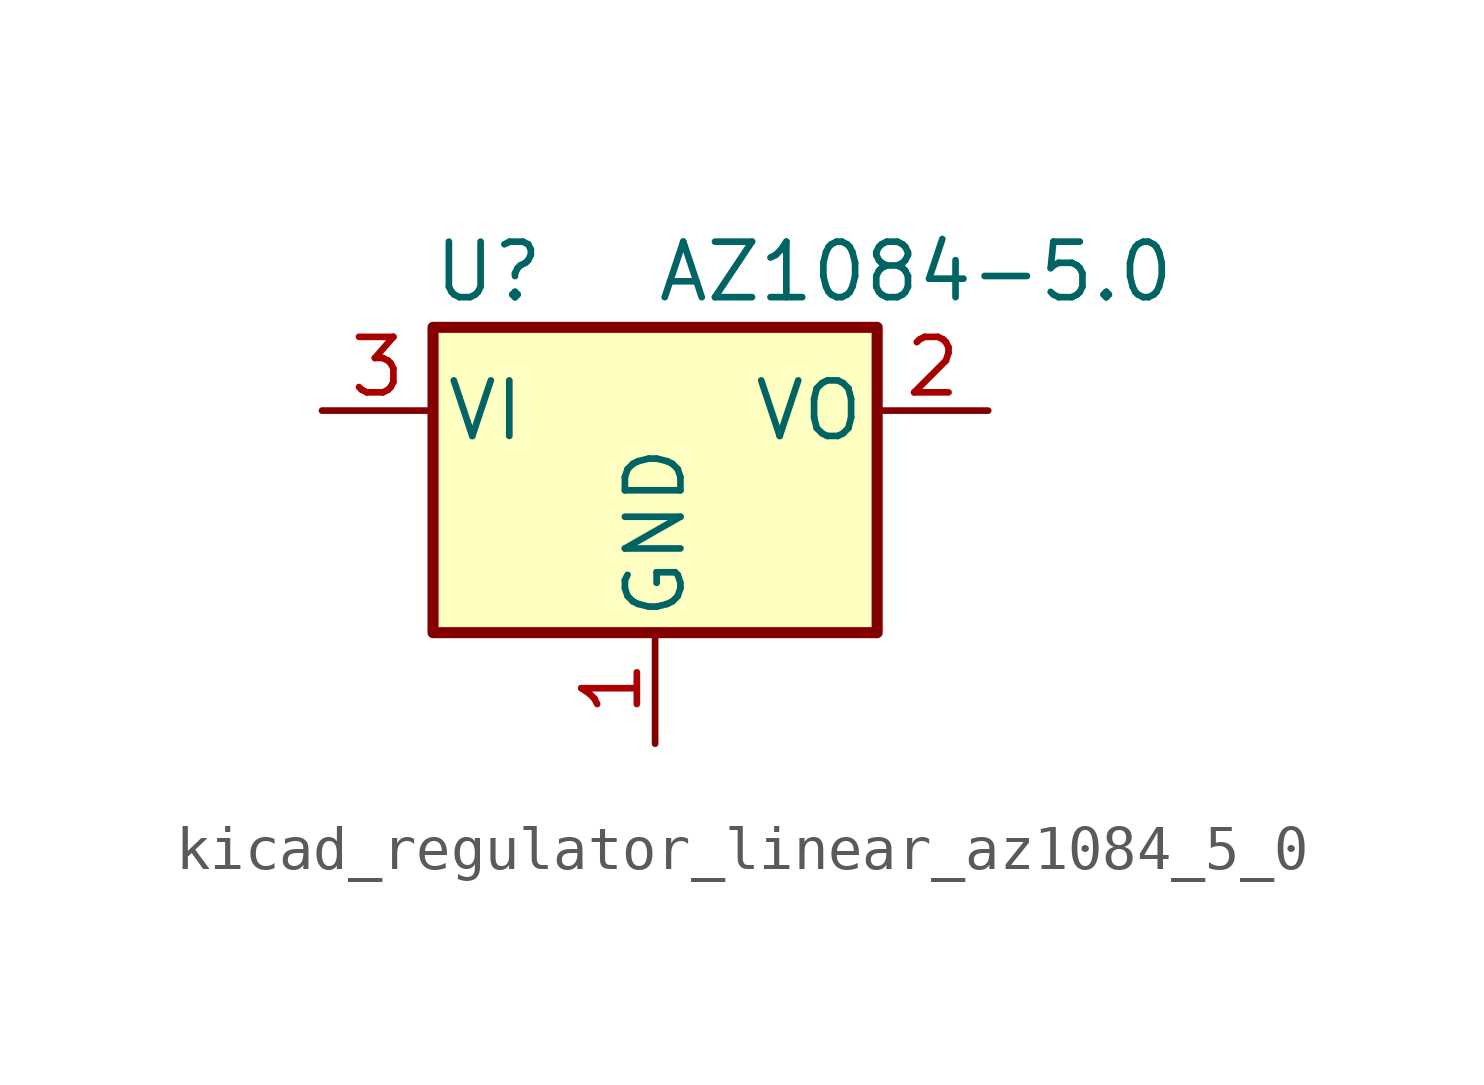
<source format=kicad_sym>
(kicad_symbol_lib
  (version 20220914)
  (generator kicad_symbol_editor)
  (symbol "kicad_regulator_linear_az1084_5_0"
    (pin_names
      (offset 0.254))
    (property "Reference" "U"
      (at -3.81 3.175 0)
      (effects (font (size 1.27 1.27))))
    (property "Value" "AZ1084-5.0"
      (at 0 3.175 0)
      (effects (font (size 1.27 1.27)) (justify left)))
    (symbol "kicad_regulator_linear_az1084_5_0_0_1"
      (rectangle (start -5.08 1.905) (end 5.08 -5.08) (stroke (width 0.254) (type default)) (fill (type background))))
    (symbol "kicad_regulator_linear_az1084_5_0_1_1"
      (pin power_in line (at 0 -7.62 90) (length 2.54) (name "GND" (effects (font (size 1.27 1.27)))) (number "1" (effects (font (size 1.27 1.27)))))
      (pin power_out line (at 7.62 0 180) (length 2.54) (name "VO" (effects (font (size 1.27 1.27)))) (number "2" (effects (font (size 1.27 1.27)))))
      (pin power_in line (at -7.62 0 0) (length 2.54) (name "VI" (effects (font (size 1.27 1.27)))) (number "3" (effects (font (size 1.27 1.27))))))))
</source>
